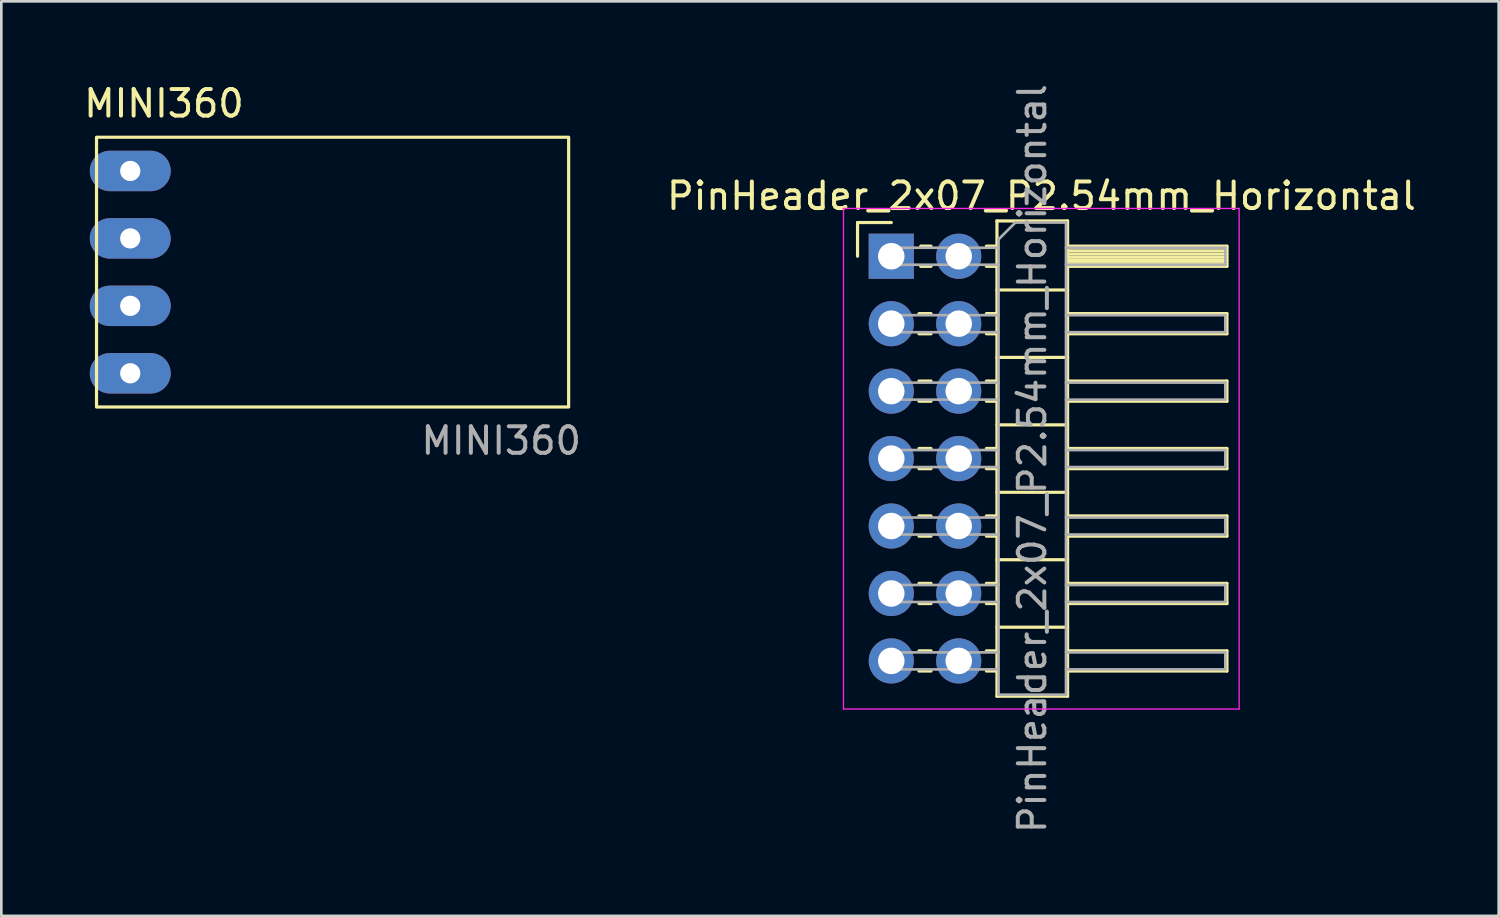
<source format=kicad_pcb>
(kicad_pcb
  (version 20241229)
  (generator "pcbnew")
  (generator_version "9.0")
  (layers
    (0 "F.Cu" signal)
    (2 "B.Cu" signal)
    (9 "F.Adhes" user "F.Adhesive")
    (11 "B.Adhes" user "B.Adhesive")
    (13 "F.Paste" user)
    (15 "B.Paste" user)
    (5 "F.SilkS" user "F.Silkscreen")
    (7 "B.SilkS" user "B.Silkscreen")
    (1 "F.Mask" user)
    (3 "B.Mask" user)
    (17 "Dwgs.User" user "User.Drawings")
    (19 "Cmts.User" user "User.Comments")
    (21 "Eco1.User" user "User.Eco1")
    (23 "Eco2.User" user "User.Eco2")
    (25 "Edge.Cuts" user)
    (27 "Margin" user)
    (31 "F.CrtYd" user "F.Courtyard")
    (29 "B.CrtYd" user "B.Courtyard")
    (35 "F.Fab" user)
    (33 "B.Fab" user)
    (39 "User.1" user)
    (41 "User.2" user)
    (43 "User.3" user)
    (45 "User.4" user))
  (footprint "MINI360"
    (layer "F.Cu")
    (at 9.475 7.198)
    (property "Reference" "MINI360" (at -6.35 -6.35 0) (unlocked yes) (layer "F.SilkS") (effects (font (size 1 1) (thickness 0.15))))
    (fp_rect (start -8.89 5.08) (end 8.89 -5.08) (stroke (width 0.12) (type solid)) (fill no) (layer "F.SilkS"))
    (fp_text user "${REFERENCE}" (at 6.35 6.35 0) (unlocked yes) (layer "F.Fab") (effects (font (size 1 1) (thickness 0.15))))
    (pad "1" thru_hole oval (at -7.62 -3.81) (size 3.048 1.524) (drill 0.762) (layers "*.Cu" "*.Mask"))
    (pad "2" thru_hole oval (at -7.62 -1.27) (size 3.048 1.524) (drill 0.762) (layers "*.Cu" "*.Mask"))
    (pad "3" thru_hole oval (at -7.62 1.27) (size 3.048 1.524) (drill 0.762) (layers "*.Cu" "*.Mask"))
    (pad "4" thru_hole oval (at -7.62 3.81) (size 3.048 1.524) (drill 0.762) (layers "*.Cu" "*.Mask")))
  (footprint "PinHeader_2x07_P2.54mm_Horizontal"
    (layer "F.Cu")
    (at 30.515 6.6)
    (property "Reference" "PinHeader_2x07_P2.54mm_Horizontal" (at 5.655 -2.27 0) (layer "F.SilkS") (effects (font (size 1 1) (thickness 0.15))))
    (attr through_hole)
    (fp_line (start -1.27 -1.27) (end 0 -1.27) (stroke (width 0.12) (type solid)) (layer "F.SilkS"))
    (fp_line (start -1.27 0) (end -1.27 -1.27) (stroke (width 0.12) (type solid)) (layer "F.SilkS"))
    (fp_line (start 1.043 2.16) (end 1.497 2.16) (stroke (width 0.12) (type solid)) (layer "F.SilkS"))
    (fp_line (start 1.043 2.92) (end 1.497 2.92) (stroke (width 0.12) (type solid)) (layer "F.SilkS"))
    (fp_line (start 1.043 4.7) (end 1.497 4.7) (stroke (width 0.12) (type solid)) (layer "F.SilkS"))
    (fp_line (start 1.043 5.46) (end 1.497 5.46) (stroke (width 0.12) (type solid)) (layer "F.SilkS"))
    (fp_line (start 1.043 7.24) (end 1.497 7.24) (stroke (width 0.12) (type solid)) (layer "F.SilkS"))
    (fp_line (start 1.043 8) (end 1.497 8) (stroke (width 0.12) (type solid)) (layer "F.SilkS"))
    (fp_line (start 1.043 9.78) (end 1.497 9.78) (stroke (width 0.12) (type solid)) (layer "F.SilkS"))
    (fp_line (start 1.043 10.54) (end 1.497 10.54) (stroke (width 0.12) (type solid)) (layer "F.SilkS"))
    (fp_line (start 1.043 12.32) (end 1.497 12.32) (stroke (width 0.12) (type solid)) (layer "F.SilkS"))
    (fp_line (start 1.043 13.08) (end 1.497 13.08) (stroke (width 0.12) (type solid)) (layer "F.SilkS"))
    (fp_line (start 1.043 14.86) (end 1.497 14.86) (stroke (width 0.12) (type solid)) (layer "F.SilkS"))
    (fp_line (start 1.043 15.62) (end 1.497 15.62) (stroke (width 0.12) (type solid)) (layer "F.SilkS"))
    (fp_line (start 1.11 -0.38) (end 1.497 -0.38) (stroke (width 0.12) (type solid)) (layer "F.SilkS"))
    (fp_line (start 1.11 0.38) (end 1.497 0.38) (stroke (width 0.12) (type solid)) (layer "F.SilkS"))
    (fp_line (start 3.583 -0.38) (end 3.98 -0.38) (stroke (width 0.12) (type solid)) (layer "F.SilkS"))
    (fp_line (start 3.583 0.38) (end 3.98 0.38) (stroke (width 0.12) (type solid)) (layer "F.SilkS"))
    (fp_line (start 3.583 2.16) (end 3.98 2.16) (stroke (width 0.12) (type solid)) (layer "F.SilkS"))
    (fp_line (start 3.583 2.92) (end 3.98 2.92) (stroke (width 0.12) (type solid)) (layer "F.SilkS"))
    (fp_line (start 3.583 4.7) (end 3.98 4.7) (stroke (width 0.12) (type solid)) (layer "F.SilkS"))
    (fp_line (start 3.583 5.46) (end 3.98 5.46) (stroke (width 0.12) (type solid)) (layer "F.SilkS"))
    (fp_line (start 3.583 7.24) (end 3.98 7.24) (stroke (width 0.12) (type solid)) (layer "F.SilkS"))
    (fp_line (start 3.583 8) (end 3.98 8) (stroke (width 0.12) (type solid)) (layer "F.SilkS"))
    (fp_line (start 3.583 9.78) (end 3.98 9.78) (stroke (width 0.12) (type solid)) (layer "F.SilkS"))
    (fp_line (start 3.583 10.54) (end 3.98 10.54) (stroke (width 0.12) (type solid)) (layer "F.SilkS"))
    (fp_line (start 3.583 12.32) (end 3.98 12.32) (stroke (width 0.12) (type solid)) (layer "F.SilkS"))
    (fp_line (start 3.583 13.08) (end 3.98 13.08) (stroke (width 0.12) (type solid)) (layer "F.SilkS"))
    (fp_line (start 3.583 14.86) (end 3.98 14.86) (stroke (width 0.12) (type solid)) (layer "F.SilkS"))
    (fp_line (start 3.583 15.62) (end 3.98 15.62) (stroke (width 0.12) (type solid)) (layer "F.SilkS"))
    (fp_line (start 3.98 -1.33) (end 3.98 16.57) (stroke (width 0.12) (type solid)) (layer "F.SilkS"))
    (fp_line (start 3.98 1.27) (end 6.64 1.27) (stroke (width 0.12) (type solid)) (layer "F.SilkS"))
    (fp_line (start 3.98 3.81) (end 6.64 3.81) (stroke (width 0.12) (type solid)) (layer "F.SilkS"))
    (fp_line (start 3.98 6.35) (end 6.64 6.35) (stroke (width 0.12) (type solid)) (layer "F.SilkS"))
    (fp_line (start 3.98 8.89) (end 6.64 8.89) (stroke (width 0.12) (type solid)) (layer "F.SilkS"))
    (fp_line (start 3.98 11.43) (end 6.64 11.43) (stroke (width 0.12) (type solid)) (layer "F.SilkS"))
    (fp_line (start 3.98 13.97) (end 6.64 13.97) (stroke (width 0.12) (type solid)) (layer "F.SilkS"))
    (fp_line (start 3.98 16.57) (end 6.64 16.57) (stroke (width 0.12) (type solid)) (layer "F.SilkS"))
    (fp_line (start 6.64 -1.33) (end 3.98 -1.33) (stroke (width 0.12) (type solid)) (layer "F.SilkS"))
    (fp_line (start 6.64 -0.38) (end 12.64 -0.38) (stroke (width 0.12) (type solid)) (layer "F.SilkS"))
    (fp_line (start 6.64 -0.32) (end 12.64 -0.32) (stroke (width 0.12) (type solid)) (layer "F.SilkS"))
    (fp_line (start 6.64 -0.2) (end 12.64 -0.2) (stroke (width 0.12) (type solid)) (layer "F.SilkS"))
    (fp_line (start 6.64 -0.08) (end 12.64 -0.08) (stroke (width 0.12) (type solid)) (layer "F.SilkS"))
    (fp_line (start 6.64 0.04) (end 12.64 0.04) (stroke (width 0.12) (type solid)) (layer "F.SilkS"))
    (fp_line (start 6.64 0.16) (end 12.64 0.16) (stroke (width 0.12) (type solid)) (layer "F.SilkS"))
    (fp_line (start 6.64 0.28) (end 12.64 0.28) (stroke (width 0.12) (type solid)) (layer "F.SilkS"))
    (fp_line (start 6.64 2.16) (end 12.64 2.16) (stroke (width 0.12) (type solid)) (layer "F.SilkS"))
    (fp_line (start 6.64 4.7) (end 12.64 4.7) (stroke (width 0.12) (type solid)) (layer "F.SilkS"))
    (fp_line (start 6.64 7.24) (end 12.64 7.24) (stroke (width 0.12) (type solid)) (layer "F.SilkS"))
    (fp_line (start 6.64 9.78) (end 12.64 9.78) (stroke (width 0.12) (type solid)) (layer "F.SilkS"))
    (fp_line (start 6.64 12.32) (end 12.64 12.32) (stroke (width 0.12) (type solid)) (layer "F.SilkS"))
    (fp_line (start 6.64 14.86) (end 12.64 14.86) (stroke (width 0.12) (type solid)) (layer "F.SilkS"))
    (fp_line (start 6.64 16.57) (end 6.64 -1.33) (stroke (width 0.12) (type solid)) (layer "F.SilkS"))
    (fp_line (start 12.64 -0.38) (end 12.64 0.38) (stroke (width 0.12) (type solid)) (layer "F.SilkS"))
    (fp_line (start 12.64 0.38) (end 6.64 0.38) (stroke (width 0.12) (type solid)) (layer "F.SilkS"))
    (fp_line (start 12.64 2.16) (end 12.64 2.92) (stroke (width 0.12) (type solid)) (layer "F.SilkS"))
    (fp_line (start 12.64 2.92) (end 6.64 2.92) (stroke (width 0.12) (type solid)) (layer "F.SilkS"))
    (fp_line (start 12.64 4.7) (end 12.64 5.46) (stroke (width 0.12) (type solid)) (layer "F.SilkS"))
    (fp_line (start 12.64 5.46) (end 6.64 5.46) (stroke (width 0.12) (type solid)) (layer "F.SilkS"))
    (fp_line (start 12.64 7.24) (end 12.64 8) (stroke (width 0.12) (type solid)) (layer "F.SilkS"))
    (fp_line (start 12.64 8) (end 6.64 8) (stroke (width 0.12) (type solid)) (layer "F.SilkS"))
    (fp_line (start 12.64 9.78) (end 12.64 10.54) (stroke (width 0.12) (type solid)) (layer "F.SilkS"))
    (fp_line (start 12.64 10.54) (end 6.64 10.54) (stroke (width 0.12) (type solid)) (layer "F.SilkS"))
    (fp_line (start 12.64 12.32) (end 12.64 13.08) (stroke (width 0.12) (type solid)) (layer "F.SilkS"))
    (fp_line (start 12.64 13.08) (end 6.64 13.08) (stroke (width 0.12) (type solid)) (layer "F.SilkS"))
    (fp_line (start 12.64 14.86) (end 12.64 15.62) (stroke (width 0.12) (type solid)) (layer "F.SilkS"))
    (fp_line (start 12.64 15.62) (end 6.64 15.62) (stroke (width 0.12) (type solid)) (layer "F.SilkS"))
    (fp_line (start -1.8 -1.8) (end -1.8 17.05) (stroke (width 0.05) (type solid)) (layer "F.CrtYd"))
    (fp_line (start -1.8 17.05) (end 13.1 17.05) (stroke (width 0.05) (type solid)) (layer "F.CrtYd"))
    (fp_line (start 13.1 -1.8) (end -1.8 -1.8) (stroke (width 0.05) (type solid)) (layer "F.CrtYd"))
    (fp_line (start 13.1 17.05) (end 13.1 -1.8) (stroke (width 0.05) (type solid)) (layer "F.CrtYd"))
    (fp_line (start -0.32 -0.32) (end -0.32 0.32) (stroke (width 0.1) (type solid)) (layer "F.Fab"))
    (fp_line (start -0.32 -0.32) (end 4.04 -0.32) (stroke (width 0.1) (type solid)) (layer "F.Fab"))
    (fp_line (start -0.32 0.32) (end 4.04 0.32) (stroke (width 0.1) (type solid)) (layer "F.Fab"))
    (fp_line (start -0.32 2.22) (end -0.32 2.86) (stroke (width 0.1) (type solid)) (layer "F.Fab"))
    (fp_line (start -0.32 2.22) (end 4.04 2.22) (stroke (width 0.1) (type solid)) (layer "F.Fab"))
    (fp_line (start -0.32 2.86) (end 4.04 2.86) (stroke (width 0.1) (type solid)) (layer "F.Fab"))
    (fp_line (start -0.32 4.76) (end -0.32 5.4) (stroke (width 0.1) (type solid)) (layer "F.Fab"))
    (fp_line (start -0.32 4.76) (end 4.04 4.76) (stroke (width 0.1) (type solid)) (layer "F.Fab"))
    (fp_line (start -0.32 5.4) (end 4.04 5.4) (stroke (width 0.1) (type solid)) (layer "F.Fab"))
    (fp_line (start -0.32 7.3) (end -0.32 7.94) (stroke (width 0.1) (type solid)) (layer "F.Fab"))
    (fp_line (start -0.32 7.3) (end 4.04 7.3) (stroke (width 0.1) (type solid)) (layer "F.Fab"))
    (fp_line (start -0.32 7.94) (end 4.04 7.94) (stroke (width 0.1) (type solid)) (layer "F.Fab"))
    (fp_line (start -0.32 9.84) (end -0.32 10.48) (stroke (width 0.1) (type solid)) (layer "F.Fab"))
    (fp_line (start -0.32 9.84) (end 4.04 9.84) (stroke (width 0.1) (type solid)) (layer "F.Fab"))
    (fp_line (start -0.32 10.48) (end 4.04 10.48) (stroke (width 0.1) (type solid)) (layer "F.Fab"))
    (fp_line (start -0.32 12.38) (end -0.32 13.02) (stroke (width 0.1) (type solid)) (layer "F.Fab"))
    (fp_line (start -0.32 12.38) (end 4.04 12.38) (stroke (width 0.1) (type solid)) (layer "F.Fab"))
    (fp_line (start -0.32 13.02) (end 4.04 13.02) (stroke (width 0.1) (type solid)) (layer "F.Fab"))
    (fp_line (start -0.32 14.92) (end -0.32 15.56) (stroke (width 0.1) (type solid)) (layer "F.Fab"))
    (fp_line (start -0.32 14.92) (end 4.04 14.92) (stroke (width 0.1) (type solid)) (layer "F.Fab"))
    (fp_line (start -0.32 15.56) (end 4.04 15.56) (stroke (width 0.1) (type solid)) (layer "F.Fab"))
    (fp_line (start 4.04 -0.635) (end 4.675 -1.27) (stroke (width 0.1) (type solid)) (layer "F.Fab"))
    (fp_line (start 4.04 16.51) (end 4.04 -0.635) (stroke (width 0.1) (type solid)) (layer "F.Fab"))
    (fp_line (start 4.675 -1.27) (end 6.58 -1.27) (stroke (width 0.1) (type solid)) (layer "F.Fab"))
    (fp_line (start 6.58 -1.27) (end 6.58 16.51) (stroke (width 0.1) (type solid)) (layer "F.Fab"))
    (fp_line (start 6.58 -0.32) (end 12.58 -0.32) (stroke (width 0.1) (type solid)) (layer "F.Fab"))
    (fp_line (start 6.58 0.32) (end 12.58 0.32) (stroke (width 0.1) (type solid)) (layer "F.Fab"))
    (fp_line (start 6.58 2.22) (end 12.58 2.22) (stroke (width 0.1) (type solid)) (layer "F.Fab"))
    (fp_line (start 6.58 2.86) (end 12.58 2.86) (stroke (width 0.1) (type solid)) (layer "F.Fab"))
    (fp_line (start 6.58 4.76) (end 12.58 4.76) (stroke (width 0.1) (type solid)) (layer "F.Fab"))
    (fp_line (start 6.58 5.4) (end 12.58 5.4) (stroke (width 0.1) (type solid)) (layer "F.Fab"))
    (fp_line (start 6.58 7.3) (end 12.58 7.3) (stroke (width 0.1) (type solid)) (layer "F.Fab"))
    (fp_line (start 6.58 7.94) (end 12.58 7.94) (stroke (width 0.1) (type solid)) (layer "F.Fab"))
    (fp_line (start 6.58 9.84) (end 12.58 9.84) (stroke (width 0.1) (type solid)) (layer "F.Fab"))
    (fp_line (start 6.58 10.48) (end 12.58 10.48) (stroke (width 0.1) (type solid)) (layer "F.Fab"))
    (fp_line (start 6.58 12.38) (end 12.58 12.38) (stroke (width 0.1) (type solid)) (layer "F.Fab"))
    (fp_line (start 6.58 13.02) (end 12.58 13.02) (stroke (width 0.1) (type solid)) (layer "F.Fab"))
    (fp_line (start 6.58 14.92) (end 12.58 14.92) (stroke (width 0.1) (type solid)) (layer "F.Fab"))
    (fp_line (start 6.58 15.56) (end 12.58 15.56) (stroke (width 0.1) (type solid)) (layer "F.Fab"))
    (fp_line (start 6.58 16.51) (end 4.04 16.51) (stroke (width 0.1) (type solid)) (layer "F.Fab"))
    (fp_line (start 12.58 -0.32) (end 12.58 0.32) (stroke (width 0.1) (type solid)) (layer "F.Fab"))
    (fp_line (start 12.58 2.22) (end 12.58 2.86) (stroke (width 0.1) (type solid)) (layer "F.Fab"))
    (fp_line (start 12.58 4.76) (end 12.58 5.4) (stroke (width 0.1) (type solid)) (layer "F.Fab"))
    (fp_line (start 12.58 7.3) (end 12.58 7.94) (stroke (width 0.1) (type solid)) (layer "F.Fab"))
    (fp_line (start 12.58 9.84) (end 12.58 10.48) (stroke (width 0.1) (type solid)) (layer "F.Fab"))
    (fp_line (start 12.58 12.38) (end 12.58 13.02) (stroke (width 0.1) (type solid)) (layer "F.Fab"))
    (fp_line (start 12.58 14.92) (end 12.58 15.56) (stroke (width 0.1) (type solid)) (layer "F.Fab"))
    (fp_text user "${REFERENCE}" (at 5.31 7.62 90) (layer "F.Fab") (effects (font (size 1 1) (thickness 0.15))))
    (pad "1" thru_hole rect (at 0 0) (size 1.7 1.7) (drill 1) (layers "*.Cu" "*.Mask"))
    (pad "2" thru_hole oval (at 2.54 0) (size 1.7 1.7) (drill 1) (layers "*.Cu" "*.Mask"))
    (pad "3" thru_hole oval (at 0 2.54) (size 1.7 1.7) (drill 1) (layers "*.Cu" "*.Mask"))
    (pad "4" thru_hole oval (at 2.54 2.54) (size 1.7 1.7) (drill 1) (layers "*.Cu" "*.Mask"))
    (pad "5" thru_hole oval (at 0 5.08) (size 1.7 1.7) (drill 1) (layers "*.Cu" "*.Mask"))
    (pad "6" thru_hole oval (at 2.54 5.08) (size 1.7 1.7) (drill 1) (layers "*.Cu" "*.Mask"))
    (pad "7" thru_hole oval (at 0 7.62) (size 1.7 1.7) (drill 1) (layers "*.Cu" "*.Mask"))
    (pad "8" thru_hole oval (at 2.54 7.62) (size 1.7 1.7) (drill 1) (layers "*.Cu" "*.Mask"))
    (pad "9" thru_hole oval (at 0 10.16) (size 1.7 1.7) (drill 1) (layers "*.Cu" "*.Mask"))
    (pad "10" thru_hole oval (at 2.54 10.16) (size 1.7 1.7) (drill 1) (layers "*.Cu" "*.Mask"))
    (pad "11" thru_hole oval (at 0 12.7) (size 1.7 1.7) (drill 1) (layers "*.Cu" "*.Mask"))
    (pad "12" thru_hole oval (at 2.54 12.7) (size 1.7 1.7) (drill 1) (layers "*.Cu" "*.Mask"))
    (pad "13" thru_hole oval (at 0 15.24) (size 1.7 1.7) (drill 1) (layers "*.Cu" "*.Mask"))
    (pad "14" thru_hole oval (at 2.54 15.24) (size 1.7 1.7) (drill 1) (layers "*.Cu" "*.Mask")))
  (gr_rect
    (start -3 -3)
    (end 53.39 31.44)
    (stroke (width 0.1) (type default))
    (fill no)
    (layer "Edge.Cuts")))
</source>
